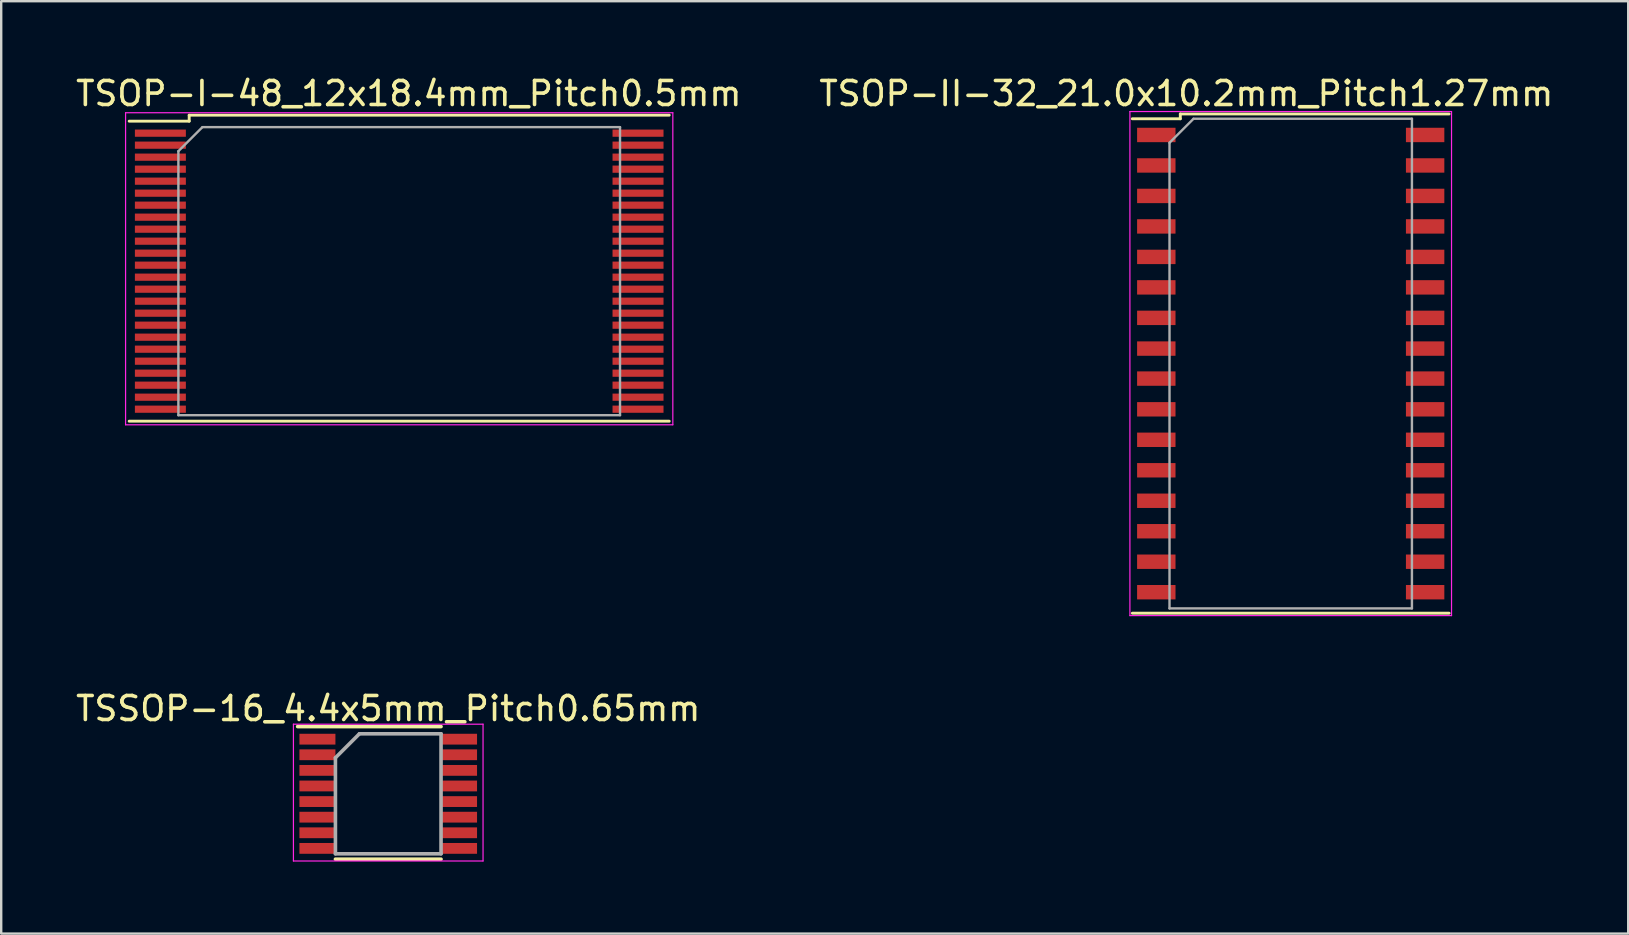
<source format=kicad_pcb>
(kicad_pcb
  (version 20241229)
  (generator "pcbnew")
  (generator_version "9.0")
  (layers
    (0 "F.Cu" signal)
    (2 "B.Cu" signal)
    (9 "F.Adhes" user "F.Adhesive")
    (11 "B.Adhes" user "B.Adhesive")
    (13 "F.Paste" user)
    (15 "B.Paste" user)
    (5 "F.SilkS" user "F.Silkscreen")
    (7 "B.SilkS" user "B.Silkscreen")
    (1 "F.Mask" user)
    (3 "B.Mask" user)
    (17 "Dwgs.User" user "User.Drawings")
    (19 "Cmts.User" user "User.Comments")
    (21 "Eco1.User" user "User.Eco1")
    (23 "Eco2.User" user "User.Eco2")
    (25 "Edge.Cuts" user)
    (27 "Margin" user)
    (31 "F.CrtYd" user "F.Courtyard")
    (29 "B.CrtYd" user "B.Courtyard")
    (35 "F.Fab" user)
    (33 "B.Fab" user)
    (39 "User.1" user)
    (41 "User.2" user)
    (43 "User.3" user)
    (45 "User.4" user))
  (footprint "TSOP-I-48_12x18.4mm_Pitch0.5mm"
    (layer "F.Cu")
    (at 13.582 8.248)
    (property "Reference" "TSOP-I-48_12x18.4mm_Pitch0.5mm" (at 0.4 -7.4 0) (layer "F.SilkS") (effects (font (size 1 1) (thickness 0.15))))
    (attr smd)
    (fp_line (start -11.25 -6.25) (end -8.75 -6.25) (stroke (width 0.12) (type solid)) (layer "F.SilkS"))
    (fp_line (start -11.25 6.25) (end 11.25 6.25) (stroke (width 0.12) (type solid)) (layer "F.SilkS"))
    (fp_line (start -8.75 -6.5) (end 11.25 -6.5) (stroke (width 0.12) (type solid)) (layer "F.SilkS"))
    (fp_line (start -8.75 -6.25) (end -8.75 -6.5) (stroke (width 0.12) (type solid)) (layer "F.SilkS"))
    (fp_line (start -11.4 -6.6) (end -11.4 6.4) (stroke (width 0.05) (type solid)) (layer "F.CrtYd"))
    (fp_line (start -11.4 6.4) (end 11.4 6.4) (stroke (width 0.05) (type solid)) (layer "F.CrtYd"))
    (fp_line (start 11.4 -6.6) (end -11.4 -6.6) (stroke (width 0.05) (type solid)) (layer "F.CrtYd"))
    (fp_line (start 11.4 6.4) (end 11.4 -6.6) (stroke (width 0.05) (type solid)) (layer "F.CrtYd"))
    (fp_line (start -9.2 -5) (end -8.2 -6) (stroke (width 0.1) (type solid)) (layer "F.Fab"))
    (fp_line (start -9.2 6) (end -9.2 -5) (stroke (width 0.1) (type solid)) (layer "F.Fab"))
    (fp_line (start -8.2 -6) (end 9.2 -6) (stroke (width 0.1) (type solid)) (layer "F.Fab"))
    (fp_line (start 9.2 -6) (end 9.2 6) (stroke (width 0.1) (type solid)) (layer "F.Fab"))
    (fp_line (start 9.2 6) (end -9.2 6) (stroke (width 0.1) (type solid)) (layer "F.Fab"))
    (pad "1" smd rect (at -9.95 -5.75) (size 2.124 0.3) (layers "F.Cu" "F.Mask" "F.Paste"))
    (pad "2" smd rect (at -9.95 -5.25) (size 2.124 0.3) (layers "F.Cu" "F.Mask" "F.Paste"))
    (pad "3" smd rect (at -9.95 -4.75) (size 2.124 0.3) (layers "F.Cu" "F.Mask" "F.Paste"))
    (pad "4" smd rect (at -9.95 -4.25) (size 2.124 0.3) (layers "F.Cu" "F.Mask" "F.Paste"))
    (pad "5" smd rect (at -9.95 -3.75) (size 2.124 0.3) (layers "F.Cu" "F.Mask" "F.Paste"))
    (pad "6" smd rect (at -9.95 -3.25) (size 2.124 0.3) (layers "F.Cu" "F.Mask" "F.Paste"))
    (pad "7" smd rect (at -9.95 -2.75) (size 2.124 0.3) (layers "F.Cu" "F.Mask" "F.Paste"))
    (pad "8" smd rect (at -9.95 -2.25) (size 2.124 0.3) (layers "F.Cu" "F.Mask" "F.Paste"))
    (pad "9" smd rect (at -9.95 -1.75) (size 2.124 0.3) (layers "F.Cu" "F.Mask" "F.Paste"))
    (pad "10" smd rect (at -9.95 -1.25) (size 2.124 0.3) (layers "F.Cu" "F.Mask" "F.Paste"))
    (pad "11" smd rect (at -9.95 -0.75) (size 2.124 0.3) (layers "F.Cu" "F.Mask" "F.Paste"))
    (pad "12" smd rect (at -9.95 -0.25) (size 2.124 0.3) (layers "F.Cu" "F.Mask" "F.Paste"))
    (pad "13" smd rect (at -9.95 0.25) (size 2.124 0.3) (layers "F.Cu" "F.Mask" "F.Paste"))
    (pad "14" smd rect (at -9.95 0.75) (size 2.124 0.3) (layers "F.Cu" "F.Mask" "F.Paste"))
    (pad "15" smd rect (at -9.95 1.25) (size 2.124 0.3) (layers "F.Cu" "F.Mask" "F.Paste"))
    (pad "16" smd rect (at -9.95 1.75) (size 2.124 0.3) (layers "F.Cu" "F.Mask" "F.Paste"))
    (pad "17" smd rect (at -9.95 2.25) (size 2.124 0.3) (layers "F.Cu" "F.Mask" "F.Paste"))
    (pad "18" smd rect (at -9.95 2.75) (size 2.124 0.3) (layers "F.Cu" "F.Mask" "F.Paste"))
    (pad "19" smd rect (at -9.95 3.25) (size 2.124 0.3) (layers "F.Cu" "F.Mask" "F.Paste"))
    (pad "20" smd rect (at -9.95 3.75) (size 2.124 0.3) (layers "F.Cu" "F.Mask" "F.Paste"))
    (pad "21" smd rect (at -9.95 4.25) (size 2.124 0.3) (layers "F.Cu" "F.Mask" "F.Paste"))
    (pad "22" smd rect (at -9.95 4.75) (size 2.124 0.3) (layers "F.Cu" "F.Mask" "F.Paste"))
    (pad "23" smd rect (at -9.95 5.25) (size 2.124 0.3) (layers "F.Cu" "F.Mask" "F.Paste"))
    (pad "24" smd rect (at -9.95 5.75) (size 2.124 0.3) (layers "F.Cu" "F.Mask" "F.Paste"))
    (pad "25" smd rect (at 9.95 5.75) (size 2.124 0.3) (layers "F.Cu" "F.Mask" "F.Paste"))
    (pad "26" smd rect (at 9.95 5.25) (size 2.124 0.3) (layers "F.Cu" "F.Mask" "F.Paste"))
    (pad "27" smd rect (at 9.95 4.75) (size 2.124 0.3) (layers "F.Cu" "F.Mask" "F.Paste"))
    (pad "28" smd rect (at 9.95 4.25) (size 2.124 0.3) (layers "F.Cu" "F.Mask" "F.Paste"))
    (pad "29" smd rect (at 9.95 3.75) (size 2.124 0.3) (layers "F.Cu" "F.Mask" "F.Paste"))
    (pad "30" smd rect (at 9.95 3.25) (size 2.124 0.3) (layers "F.Cu" "F.Mask" "F.Paste"))
    (pad "31" smd rect (at 9.95 2.75) (size 2.124 0.3) (layers "F.Cu" "F.Mask" "F.Paste"))
    (pad "32" smd rect (at 9.95 2.25) (size 2.124 0.3) (layers "F.Cu" "F.Mask" "F.Paste"))
    (pad "33" smd rect (at 9.95 1.75) (size 2.124 0.3) (layers "F.Cu" "F.Mask" "F.Paste"))
    (pad "34" smd rect (at 9.95 1.25) (size 2.124 0.3) (layers "F.Cu" "F.Mask" "F.Paste"))
    (pad "35" smd rect (at 9.95 0.75) (size 2.124 0.3) (layers "F.Cu" "F.Mask" "F.Paste"))
    (pad "36" smd rect (at 9.95 0.25) (size 2.124 0.3) (layers "F.Cu" "F.Mask" "F.Paste"))
    (pad "37" smd rect (at 9.95 -0.25) (size 2.124 0.3) (layers "F.Cu" "F.Mask" "F.Paste"))
    (pad "38" smd rect (at 9.95 -0.75) (size 2.124 0.3) (layers "F.Cu" "F.Mask" "F.Paste"))
    (pad "39" smd rect (at 9.95 -1.25) (size 2.124 0.3) (layers "F.Cu" "F.Mask" "F.Paste"))
    (pad "40" smd rect (at 9.95 -1.75) (size 2.124 0.3) (layers "F.Cu" "F.Mask" "F.Paste"))
    (pad "41" smd rect (at 9.95 -2.25) (size 2.124 0.3) (layers "F.Cu" "F.Mask" "F.Paste"))
    (pad "42" smd rect (at 9.95 -2.75) (size 2.124 0.3) (layers "F.Cu" "F.Mask" "F.Paste"))
    (pad "43" smd rect (at 9.95 -3.25) (size 2.124 0.3) (layers "F.Cu" "F.Mask" "F.Paste"))
    (pad "44" smd rect (at 9.95 -3.75) (size 2.124 0.3) (layers "F.Cu" "F.Mask" "F.Paste"))
    (pad "45" smd rect (at 9.95 -4.25) (size 2.124 0.3) (layers "F.Cu" "F.Mask" "F.Paste"))
    (pad "46" smd rect (at 9.95 -4.75) (size 2.124 0.3) (layers "F.Cu" "F.Mask" "F.Paste"))
    (pad "47" smd rect (at 9.95 -5.25) (size 2.124 0.3) (layers "F.Cu" "F.Mask" "F.Paste"))
    (pad "48" smd rect (at 9.95 -5.75) (size 2.124 0.3) (layers "F.Cu" "F.Mask" "F.Paste")))
  (footprint "TSSOP-16_4.4x5mm_Pitch0.65mm"
    (layer "F.Cu")
    (at 13.125 30.021)
    (property "Reference" "TSSOP-16_4.4x5mm_Pitch0.65mm" (at 0 -3.55 0) (layer "F.SilkS") (effects (font (size 1 1) (thickness 0.15))))
    (attr smd)
    (fp_line (start -3.775 -2.8) (end 2.2 -2.8) (stroke (width 0.15) (type solid)) (layer "F.SilkS"))
    (fp_line (start -2.2 2.725) (end 2.2 2.725) (stroke (width 0.15) (type solid)) (layer "F.SilkS"))
    (fp_line (start -3.95 -2.9) (end -3.95 2.8) (stroke (width 0.05) (type solid)) (layer "F.CrtYd"))
    (fp_line (start -3.95 -2.9) (end 3.95 -2.9) (stroke (width 0.05) (type solid)) (layer "F.CrtYd"))
    (fp_line (start -3.95 2.8) (end 3.95 2.8) (stroke (width 0.05) (type solid)) (layer "F.CrtYd"))
    (fp_line (start 3.95 -2.9) (end 3.95 2.8) (stroke (width 0.05) (type solid)) (layer "F.CrtYd"))
    (fp_line (start -2.2 -1.5) (end -1.2 -2.5) (stroke (width 0.15) (type solid)) (layer "F.Fab"))
    (fp_line (start -2.2 2.5) (end -2.2 -1.5) (stroke (width 0.15) (type solid)) (layer "F.Fab"))
    (fp_line (start -1.2 -2.5) (end 2.2 -2.5) (stroke (width 0.15) (type solid)) (layer "F.Fab"))
    (fp_line (start 2.2 -2.5) (end 2.2 2.5) (stroke (width 0.15) (type solid)) (layer "F.Fab"))
    (fp_line (start 2.2 2.5) (end -2.2 2.5) (stroke (width 0.15) (type solid)) (layer "F.Fab"))
    (pad "1" smd rect (at -2.95 -2.275) (size 1.5 0.45) (layers "F.Cu" "F.Mask" "F.Paste"))
    (pad "2" smd rect (at -2.95 -1.625) (size 1.5 0.45) (layers "F.Cu" "F.Mask" "F.Paste"))
    (pad "3" smd rect (at -2.95 -0.975) (size 1.5 0.45) (layers "F.Cu" "F.Mask" "F.Paste"))
    (pad "4" smd rect (at -2.95 -0.325) (size 1.5 0.45) (layers "F.Cu" "F.Mask" "F.Paste"))
    (pad "5" smd rect (at -2.95 0.325) (size 1.5 0.45) (layers "F.Cu" "F.Mask" "F.Paste"))
    (pad "6" smd rect (at -2.95 0.975) (size 1.5 0.45) (layers "F.Cu" "F.Mask" "F.Paste"))
    (pad "7" smd rect (at -2.95 1.625) (size 1.5 0.45) (layers "F.Cu" "F.Mask" "F.Paste"))
    (pad "8" smd rect (at -2.95 2.275) (size 1.5 0.45) (layers "F.Cu" "F.Mask" "F.Paste"))
    (pad "9" smd rect (at 2.95 2.275) (size 1.5 0.45) (layers "F.Cu" "F.Mask" "F.Paste"))
    (pad "10" smd rect (at 2.95 1.625) (size 1.5 0.45) (layers "F.Cu" "F.Mask" "F.Paste"))
    (pad "11" smd rect (at 2.95 0.975) (size 1.5 0.45) (layers "F.Cu" "F.Mask" "F.Paste"))
    (pad "12" smd rect (at 2.95 0.325) (size 1.5 0.45) (layers "F.Cu" "F.Mask" "F.Paste"))
    (pad "13" smd rect (at 2.95 -0.325) (size 1.5 0.45) (layers "F.Cu" "F.Mask" "F.Paste"))
    (pad "14" smd rect (at 2.95 -0.975) (size 1.5 0.45) (layers "F.Cu" "F.Mask" "F.Paste"))
    (pad "15" smd rect (at 2.95 -1.625) (size 1.5 0.45) (layers "F.Cu" "F.Mask" "F.Paste"))
    (pad "16" smd rect (at 2.95 -2.275) (size 1.5 0.45) (layers "F.Cu" "F.Mask" "F.Paste")))
  (footprint "TSOP-II-32_21.0x10.2mm_Pitch1.27mm"
    (layer "F.Cu")
    (at 50.725 12.098)
    (property "Reference" "TSOP-II-32_21.0x10.2mm_Pitch1.27mm" (at -4.35 -11.25 0) (layer "F.SilkS") (effects (font (size 1 1) (thickness 0.15))))
    (attr smd)
    (fp_line (start -6.6 10.4) (end 6.6 10.4) (stroke (width 0.12) (type solid)) (layer "F.SilkS"))
    (fp_line (start -4.6 -10.4) (end -4.6 -10.2) (stroke (width 0.12) (type solid)) (layer "F.SilkS"))
    (fp_line (start -4.6 -10.4) (end 6.6 -10.4) (stroke (width 0.12) (type solid)) (layer "F.SilkS"))
    (fp_line (start -4.6 -10.2) (end -6.6 -10.2) (stroke (width 0.12) (type solid)) (layer "F.SilkS"))
    (fp_line (start -6.7 -10.5) (end -6.7 10.5) (stroke (width 0.05) (type solid)) (layer "F.CrtYd"))
    (fp_line (start -6.7 -10.5) (end 6.7 -10.5) (stroke (width 0.05) (type solid)) (layer "F.CrtYd"))
    (fp_line (start -6.7 10.5) (end 6.7 10.5) (stroke (width 0.05) (type solid)) (layer "F.CrtYd"))
    (fp_line (start 6.7 -10.5) (end 6.7 10.5) (stroke (width 0.05) (type solid)) (layer "F.CrtYd"))
    (fp_line (start -5.05 -9.2) (end -4.05 -10.2) (stroke (width 0.1) (type solid)) (layer "F.Fab"))
    (fp_line (start -5.05 10.2) (end -5.05 -9.2) (stroke (width 0.1) (type solid)) (layer "F.Fab"))
    (fp_line (start -4.05 -10.2) (end 5.05 -10.2) (stroke (width 0.1) (type solid)) (layer "F.Fab"))
    (fp_line (start 5.05 -10.2) (end 5.05 10.2) (stroke (width 0.1) (type solid)) (layer "F.Fab"))
    (fp_line (start 5.05 10.2) (end -5.05 10.2) (stroke (width 0.1) (type solid)) (layer "F.Fab"))
    (pad "1" smd rect (at -5.6 -9.525) (size 1.6 0.6) (layers "F.Cu" "F.Mask" "F.Paste"))
    (pad "2" smd rect (at -5.6 -8.255) (size 1.6 0.6) (layers "F.Cu" "F.Mask" "F.Paste"))
    (pad "3" smd rect (at -5.6 -6.985) (size 1.6 0.6) (layers "F.Cu" "F.Mask" "F.Paste"))
    (pad "4" smd rect (at -5.6 -5.715) (size 1.6 0.6) (layers "F.Cu" "F.Mask" "F.Paste"))
    (pad "5" smd rect (at -5.6 -4.445) (size 1.6 0.6) (layers "F.Cu" "F.Mask" "F.Paste"))
    (pad "6" smd rect (at -5.6 -3.175) (size 1.6 0.6) (layers "F.Cu" "F.Mask" "F.Paste"))
    (pad "7" smd rect (at -5.6 -1.905) (size 1.6 0.6) (layers "F.Cu" "F.Mask" "F.Paste"))
    (pad "8" smd rect (at -5.6 -0.625) (size 1.6 0.6) (layers "F.Cu" "F.Mask" "F.Paste"))
    (pad "9" smd rect (at -5.6 0.625) (size 1.6 0.6) (layers "F.Cu" "F.Mask" "F.Paste"))
    (pad "10" smd rect (at -5.6 1.905) (size 1.6 0.6) (layers "F.Cu" "F.Mask" "F.Paste"))
    (pad "11" smd rect (at -5.6 3.175) (size 1.6 0.6) (layers "F.Cu" "F.Mask" "F.Paste"))
    (pad "12" smd rect (at -5.6 4.445) (size 1.6 0.6) (layers "F.Cu" "F.Mask" "F.Paste"))
    (pad "13" smd rect (at -5.6 5.715) (size 1.6 0.6) (layers "F.Cu" "F.Mask" "F.Paste"))
    (pad "14" smd rect (at -5.6 6.985) (size 1.6 0.6) (layers "F.Cu" "F.Mask" "F.Paste"))
    (pad "15" smd rect (at -5.6 8.255) (size 1.6 0.6) (layers "F.Cu" "F.Mask" "F.Paste"))
    (pad "16" smd rect (at -5.6 9.525) (size 1.6 0.6) (layers "F.Cu" "F.Mask" "F.Paste"))
    (pad "17" smd rect (at 5.6 9.525) (size 1.6 0.6) (layers "F.Cu" "F.Mask" "F.Paste"))
    (pad "18" smd rect (at 5.6 8.255) (size 1.6 0.6) (layers "F.Cu" "F.Mask" "F.Paste"))
    (pad "19" smd rect (at 5.6 6.985) (size 1.6 0.6) (layers "F.Cu" "F.Mask" "F.Paste"))
    (pad "20" smd rect (at 5.6 5.715) (size 1.6 0.6) (layers "F.Cu" "F.Mask" "F.Paste"))
    (pad "21" smd rect (at 5.6 4.445) (size 1.6 0.6) (layers "F.Cu" "F.Mask" "F.Paste"))
    (pad "22" smd rect (at 5.6 3.175) (size 1.6 0.6) (layers "F.Cu" "F.Mask" "F.Paste"))
    (pad "23" smd rect (at 5.6 1.905) (size 1.6 0.6) (layers "F.Cu" "F.Mask" "F.Paste"))
    (pad "24" smd rect (at 5.6 0.625) (size 1.6 0.6) (layers "F.Cu" "F.Mask" "F.Paste"))
    (pad "25" smd rect (at 5.6 -0.625) (size 1.6 0.6) (layers "F.Cu" "F.Mask" "F.Paste"))
    (pad "26" smd rect (at 5.6 -1.905) (size 1.6 0.6) (layers "F.Cu" "F.Mask" "F.Paste"))
    (pad "27" smd rect (at 5.6 -3.175) (size 1.6 0.6) (layers "F.Cu" "F.Mask" "F.Paste"))
    (pad "28" smd rect (at 5.6 -4.445) (size 1.6 0.6) (layers "F.Cu" "F.Mask" "F.Paste"))
    (pad "29" smd rect (at 5.6 -5.715) (size 1.6 0.6) (layers "F.Cu" "F.Mask" "F.Paste"))
    (pad "30" smd rect (at 5.6 -6.985) (size 1.6 0.6) (layers "F.Cu" "F.Mask" "F.Paste"))
    (pad "31" smd rect (at 5.6 -8.255) (size 1.6 0.6) (layers "F.Cu" "F.Mask" "F.Paste"))
    (pad "32" smd rect (at 5.6 -9.525) (size 1.6 0.6) (layers "F.Cu" "F.Mask" "F.Paste")))
  (gr_rect
    (start -3 -3)
    (end 64.786 35.846)
    (stroke (width 0.1) (type default))
    (fill no)
    (layer "Edge.Cuts")))
</source>
